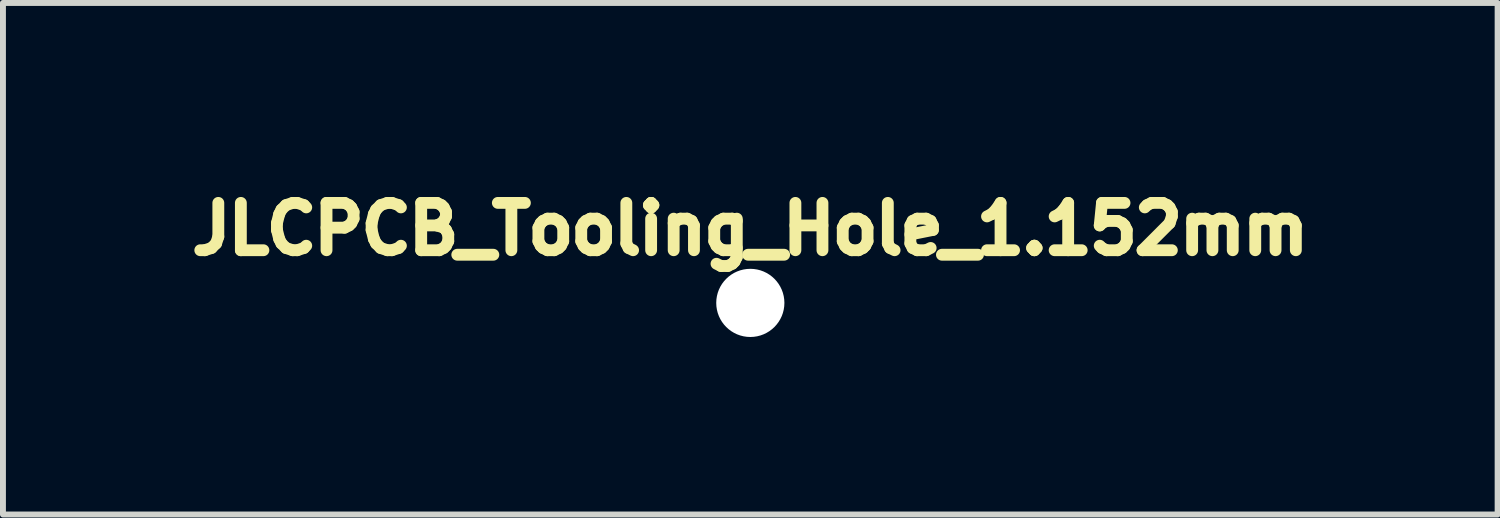
<source format=kicad_pcb>
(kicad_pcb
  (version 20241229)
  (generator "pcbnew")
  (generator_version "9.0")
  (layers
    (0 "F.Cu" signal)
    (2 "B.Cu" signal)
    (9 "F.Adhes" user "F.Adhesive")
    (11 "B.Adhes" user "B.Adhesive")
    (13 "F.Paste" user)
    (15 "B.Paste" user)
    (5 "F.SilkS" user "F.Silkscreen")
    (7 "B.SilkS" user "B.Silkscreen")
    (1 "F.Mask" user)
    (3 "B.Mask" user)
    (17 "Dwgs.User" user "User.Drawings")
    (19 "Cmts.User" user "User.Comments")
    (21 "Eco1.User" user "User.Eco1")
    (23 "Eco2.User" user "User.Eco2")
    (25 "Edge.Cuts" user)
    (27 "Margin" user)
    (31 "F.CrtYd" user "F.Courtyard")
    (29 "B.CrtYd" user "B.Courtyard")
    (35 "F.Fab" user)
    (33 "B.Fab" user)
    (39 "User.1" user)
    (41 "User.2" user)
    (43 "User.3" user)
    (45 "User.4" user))
  (footprint "JLCPCB_Tooling_Hole_1.152mm"
    (layer "F.Cu")
    (at 9.63 2.069)
    (property "Reference" "JLCPCB_Tooling_Hole_1.152mm" (at 0 -1.25 0) (layer "F.SilkS") (effects (font (size 0.8 0.8) (thickness 0.2))))
    (attr through_hole)
    (pad "" np_thru_hole circle (at 0 0) (size 1.152 1.152) (drill 1.152) (layers "*.Cu" "*.Mask")))
  (gr_rect
    (start -3 -3)
    (end 22.259 5.645)
    (stroke (width 0.1) (type default))
    (fill no)
    (layer "Edge.Cuts")))
</source>
